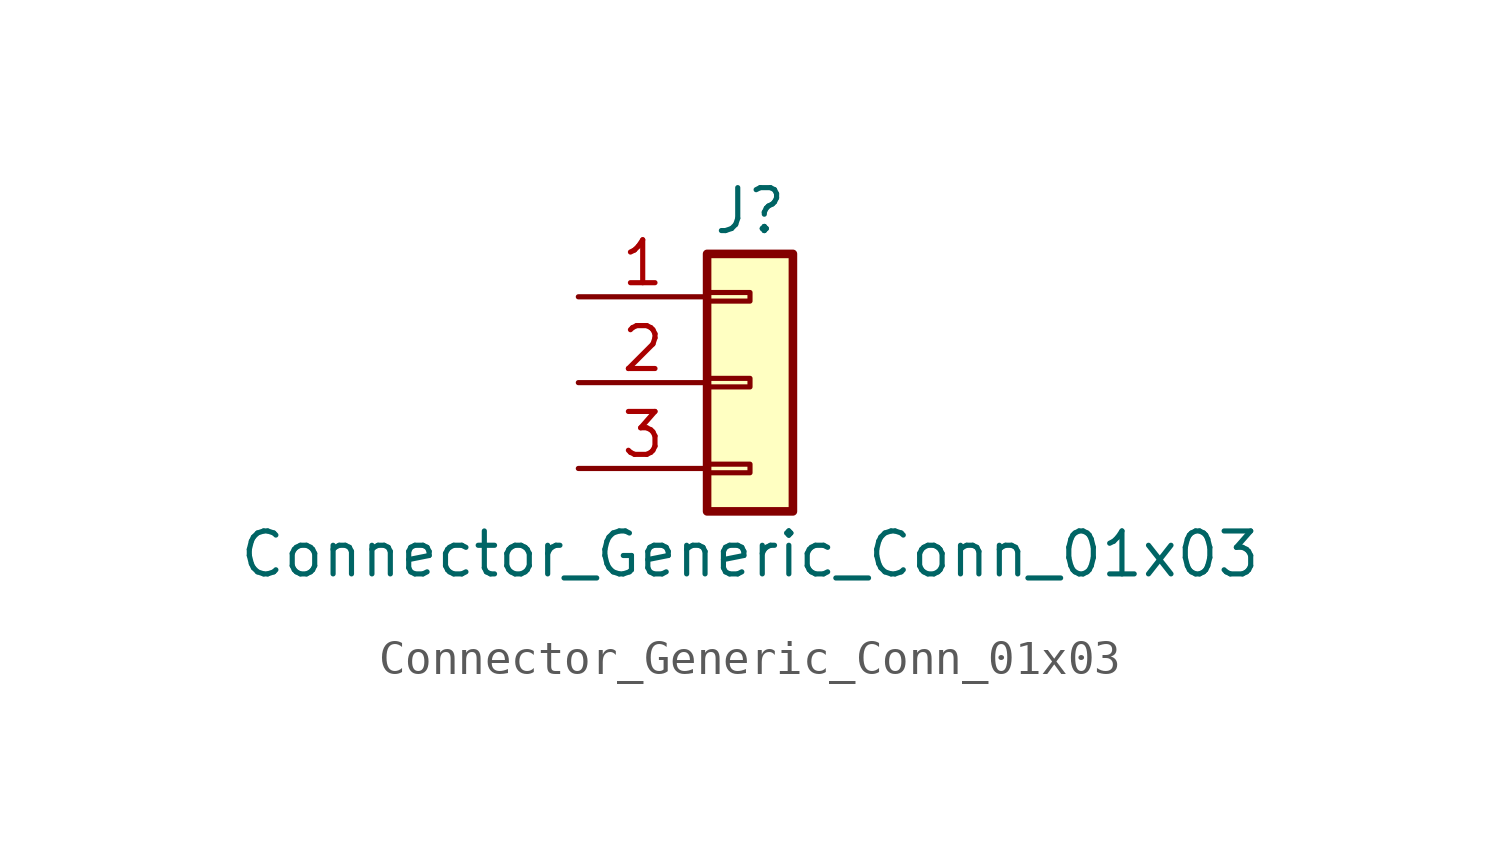
<source format=kicad_sym>
(kicad_symbol_lib
  (version 20211014)
  (generator kicad_symbol_editor)
  (symbol "Connector_Generic_Conn_01x03"
    (pin_names
      (offset 1.016) hide)
    (property "Reference" "J"
      (at 0 5.08 0)
      (effects (font (size 1.27 1.27))))
    (property "Value" "Connector_Generic_Conn_01x03"
      (at 0 -5.08 0)
      (effects (font (size 1.27 1.27))))
    (symbol "Connector_Generic_Conn_01x03_1_1"
      (rectangle (start -1.27 -2.413) (end 0 -2.667) (stroke (width 0.152) (type default) (color 0 0 0 0)) (fill (type none)))
      (rectangle (start -1.27 0.127) (end 0 -0.127) (stroke (width 0.152) (type default) (color 0 0 0 0)) (fill (type none)))
      (rectangle (start -1.27 2.667) (end 0 2.413) (stroke (width 0.152) (type default) (color 0 0 0 0)) (fill (type none)))
      (rectangle (start -1.27 3.81) (end 1.27 -3.81) (stroke (width 0.254) (type default) (color 0 0 0 0)) (fill (type background)))
      (pin passive line (at -5.08 2.54 0) (length 3.81) (name "Pin_1" (effects (font (size 1.27 1.27)))) (number "1" (effects (font (size 1.27 1.27)))))
      (pin passive line (at -5.08 0 0) (length 3.81) (name "Pin_2" (effects (font (size 1.27 1.27)))) (number "2" (effects (font (size 1.27 1.27)))))
      (pin passive line (at -5.08 -2.54 0) (length 3.81) (name "Pin_3" (effects (font (size 1.27 1.27)))) (number "3" (effects (font (size 1.27 1.27))))))))
</source>
